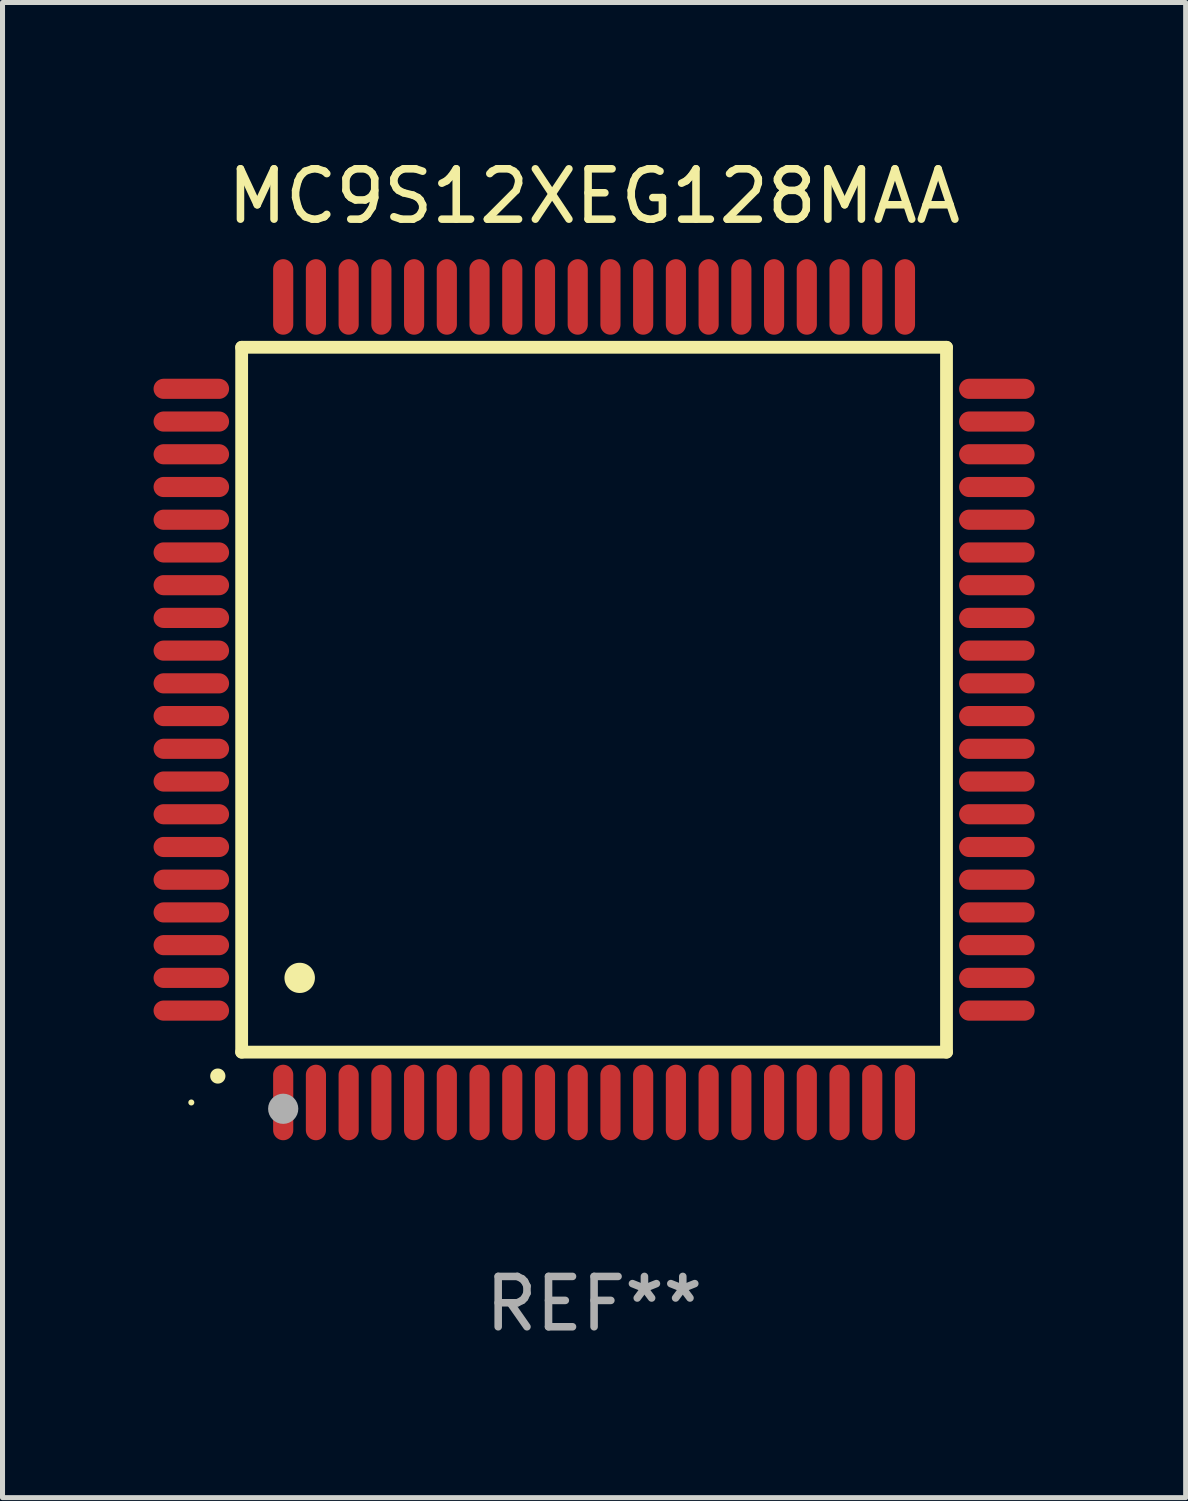
<source format=kicad_pcb>
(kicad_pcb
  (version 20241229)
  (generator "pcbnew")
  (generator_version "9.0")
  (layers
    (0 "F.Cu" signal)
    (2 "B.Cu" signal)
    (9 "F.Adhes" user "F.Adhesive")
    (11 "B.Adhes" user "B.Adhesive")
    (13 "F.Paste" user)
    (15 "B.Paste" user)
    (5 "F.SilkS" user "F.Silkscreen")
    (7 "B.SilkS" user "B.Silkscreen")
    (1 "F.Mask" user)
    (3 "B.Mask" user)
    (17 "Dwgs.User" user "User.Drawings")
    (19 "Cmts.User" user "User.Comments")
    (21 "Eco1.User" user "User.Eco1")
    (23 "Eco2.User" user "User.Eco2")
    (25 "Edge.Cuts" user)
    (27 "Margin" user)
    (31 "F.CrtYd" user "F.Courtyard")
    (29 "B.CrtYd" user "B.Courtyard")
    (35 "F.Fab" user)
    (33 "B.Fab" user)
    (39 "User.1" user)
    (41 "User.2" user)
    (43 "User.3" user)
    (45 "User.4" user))
  (footprint "MC9S12XEG128MAA"
    (layer "F.Cu")
    (at 8.75 10.848)
    (property "Reference" "MC9S12XEG128MAA" (at 0 -10 0) (layer "F.SilkS") (effects (font (size 1 1) (thickness 0.15))))
    (attr through_hole)
    (fp_line (start -7 -7) (end -7 7) (stroke (width 0.254) (type solid)) (layer "F.SilkS"))
    (fp_line (start -7 -7) (end 7 -7) (stroke (width 0.254) (type solid)) (layer "F.SilkS"))
    (fp_line (start -7 7) (end 7 7) (stroke (width 0.254) (type solid)) (layer "F.SilkS"))
    (fp_line (start 7 -7) (end 7 7) (stroke (width 0.254) (type solid)) (layer "F.SilkS"))
    (fp_arc (start -7.475006 7.475006) (mid -7.473736 7.475001) (end -7.472466 7.475006) (stroke (width 0.3) (type solid)) (layer "F.SilkS"))
    (fp_arc (start -5.850013 5.525019) (mid -5.847473 5.525008) (end -5.844933 5.525019) (stroke (width 0.6) (type solid)) (layer "F.SilkS"))
    (fp_circle (center -8 8) (end -7.97 8) (stroke (width 0.06) (type solid)) (fill no) (layer "F.SilkS"))
    (fp_circle (center -6.175 8.125) (end -6.025 8.125) (stroke (width 0.3) (type solid)) (fill no) (layer "F.Fab"))
    (fp_text user "REF**" (at 0 12 0) (layer "F.Fab") (effects (font (size 1 1) (thickness 0.15))))
    (pad "1" smd oval (at -6.175 8 180) (size 0.4 1.5) (layers "F.Cu" "F.Mask" "F.Paste"))
    (pad "2" smd oval (at -5.525 8 180) (size 0.4 1.5) (layers "F.Cu" "F.Mask" "F.Paste"))
    (pad "3" smd oval (at -4.875 8 180) (size 0.4 1.5) (layers "F.Cu" "F.Mask" "F.Paste"))
    (pad "4" smd oval (at -4.225 8 180) (size 0.4 1.5) (layers "F.Cu" "F.Mask" "F.Paste"))
    (pad "5" smd oval (at -3.575 8 180) (size 0.4 1.5) (layers "F.Cu" "F.Mask" "F.Paste"))
    (pad "6" smd oval (at -2.925 8 180) (size 0.4 1.5) (layers "F.Cu" "F.Mask" "F.Paste"))
    (pad "7" smd oval (at -2.275 8 180) (size 0.4 1.5) (layers "F.Cu" "F.Mask" "F.Paste"))
    (pad "8" smd oval (at -1.625 8 180) (size 0.4 1.5) (layers "F.Cu" "F.Mask" "F.Paste"))
    (pad "9" smd oval (at -0.975 8 180) (size 0.4 1.5) (layers "F.Cu" "F.Mask" "F.Paste"))
    (pad "10" smd oval (at -0.325 8 180) (size 0.4 1.5) (layers "F.Cu" "F.Mask" "F.Paste"))
    (pad "11" smd oval (at 0.325 8 180) (size 0.4 1.5) (layers "F.Cu" "F.Mask" "F.Paste"))
    (pad "12" smd oval (at 0.975 8 180) (size 0.4 1.5) (layers "F.Cu" "F.Mask" "F.Paste"))
    (pad "13" smd oval (at 1.625 8 180) (size 0.4 1.5) (layers "F.Cu" "F.Mask" "F.Paste"))
    (pad "14" smd oval (at 2.275 8 180) (size 0.4 1.5) (layers "F.Cu" "F.Mask" "F.Paste"))
    (pad "15" smd oval (at 2.925 8 180) (size 0.4 1.5) (layers "F.Cu" "F.Mask" "F.Paste"))
    (pad "16" smd oval (at 3.575 8 180) (size 0.4 1.5) (layers "F.Cu" "F.Mask" "F.Paste"))
    (pad "17" smd oval (at 4.225 8 180) (size 0.4 1.5) (layers "F.Cu" "F.Mask" "F.Paste"))
    (pad "18" smd oval (at 4.875 8 180) (size 0.4 1.5) (layers "F.Cu" "F.Mask" "F.Paste"))
    (pad "19" smd oval (at 5.525 8 180) (size 0.4 1.5) (layers "F.Cu" "F.Mask" "F.Paste"))
    (pad "20" smd oval (at 6.175 8) (size 0.4 1.5) (layers "F.Cu" "F.Mask" "F.Paste"))
    (pad "21" smd oval (at 8 6.175 270) (size 0.4 1.5) (layers "F.Cu" "F.Mask" "F.Paste"))
    (pad "22" smd oval (at 8 5.525 90) (size 0.4 1.5) (layers "F.Cu" "F.Mask" "F.Paste"))
    (pad "23" smd oval (at 8 4.875 90) (size 0.4 1.5) (layers "F.Cu" "F.Mask" "F.Paste"))
    (pad "24" smd oval (at 8 4.225 90) (size 0.4 1.5) (layers "F.Cu" "F.Mask" "F.Paste"))
    (pad "25" smd oval (at 8 3.575 90) (size 0.4 1.5) (layers "F.Cu" "F.Mask" "F.Paste"))
    (pad "26" smd oval (at 8 2.925 90) (size 0.4 1.5) (layers "F.Cu" "F.Mask" "F.Paste"))
    (pad "27" smd oval (at 8 2.275 90) (size 0.4 1.5) (layers "F.Cu" "F.Mask" "F.Paste"))
    (pad "28" smd oval (at 8 1.625 90) (size 0.4 1.5) (layers "F.Cu" "F.Mask" "F.Paste"))
    (pad "29" smd oval (at 8 0.975 90) (size 0.4 1.5) (layers "F.Cu" "F.Mask" "F.Paste"))
    (pad "30" smd oval (at 8 0.325 90) (size 0.4 1.5) (layers "F.Cu" "F.Mask" "F.Paste"))
    (pad "31" smd oval (at 8 -0.325 90) (size 0.4 1.5) (layers "F.Cu" "F.Mask" "F.Paste"))
    (pad "32" smd oval (at 8 -0.975 90) (size 0.4 1.5) (layers "F.Cu" "F.Mask" "F.Paste"))
    (pad "33" smd oval (at 8 -1.625 90) (size 0.4 1.5) (layers "F.Cu" "F.Mask" "F.Paste"))
    (pad "34" smd oval (at 8 -2.275 90) (size 0.4 1.5) (layers "F.Cu" "F.Mask" "F.Paste"))
    (pad "35" smd oval (at 8 -2.925 90) (size 0.4 1.5) (layers "F.Cu" "F.Mask" "F.Paste"))
    (pad "36" smd oval (at 8 -3.575 90) (size 0.4 1.5) (layers "F.Cu" "F.Mask" "F.Paste"))
    (pad "37" smd oval (at 8 -4.225 90) (size 0.4 1.5) (layers "F.Cu" "F.Mask" "F.Paste"))
    (pad "38" smd oval (at 8 -4.875 90) (size 0.4 1.5) (layers "F.Cu" "F.Mask" "F.Paste"))
    (pad "39" smd oval (at 8 -5.525 90) (size 0.4 1.5) (layers "F.Cu" "F.Mask" "F.Paste"))
    (pad "40" smd oval (at 8 -6.175 90) (size 0.4 1.5) (layers "F.Cu" "F.Mask" "F.Paste"))
    (pad "41" smd oval (at 6.175 -8) (size 0.4 1.5) (layers "F.Cu" "F.Mask" "F.Paste"))
    (pad "42" smd oval (at 5.525 -8 180) (size 0.4 1.5) (layers "F.Cu" "F.Mask" "F.Paste"))
    (pad "43" smd oval (at 4.875 -8 180) (size 0.4 1.5) (layers "F.Cu" "F.Mask" "F.Paste"))
    (pad "44" smd oval (at 4.225 -8 180) (size 0.4 1.5) (layers "F.Cu" "F.Mask" "F.Paste"))
    (pad "45" smd oval (at 3.575 -8 180) (size 0.4 1.5) (layers "F.Cu" "F.Mask" "F.Paste"))
    (pad "46" smd oval (at 2.925 -8 180) (size 0.4 1.5) (layers "F.Cu" "F.Mask" "F.Paste"))
    (pad "47" smd oval (at 2.275 -8 180) (size 0.4 1.5) (layers "F.Cu" "F.Mask" "F.Paste"))
    (pad "48" smd oval (at 1.625 -8 180) (size 0.4 1.5) (layers "F.Cu" "F.Mask" "F.Paste"))
    (pad "49" smd oval (at 0.975 -8 180) (size 0.4 1.5) (layers "F.Cu" "F.Mask" "F.Paste"))
    (pad "50" smd oval (at 0.325 -8 180) (size 0.4 1.5) (layers "F.Cu" "F.Mask" "F.Paste"))
    (pad "51" smd oval (at -0.325 -8 180) (size 0.4 1.5) (layers "F.Cu" "F.Mask" "F.Paste"))
    (pad "52" smd oval (at -0.975 -8 180) (size 0.4 1.5) (layers "F.Cu" "F.Mask" "F.Paste"))
    (pad "53" smd oval (at -1.625 -8 180) (size 0.4 1.5) (layers "F.Cu" "F.Mask" "F.Paste"))
    (pad "54" smd oval (at -2.275 -8 180) (size 0.4 1.5) (layers "F.Cu" "F.Mask" "F.Paste"))
    (pad "55" smd oval (at -2.925 -8 180) (size 0.4 1.5) (layers "F.Cu" "F.Mask" "F.Paste"))
    (pad "56" smd oval (at -3.575 -8 180) (size 0.4 1.5) (layers "F.Cu" "F.Mask" "F.Paste"))
    (pad "57" smd oval (at -4.225 -8 180) (size 0.4 1.5) (layers "F.Cu" "F.Mask" "F.Paste"))
    (pad "58" smd oval (at -4.875 -8 180) (size 0.4 1.5) (layers "F.Cu" "F.Mask" "F.Paste"))
    (pad "59" smd oval (at -5.525 -8 180) (size 0.4 1.5) (layers "F.Cu" "F.Mask" "F.Paste"))
    (pad "60" smd oval (at -6.175 -8 180) (size 0.4 1.5) (layers "F.Cu" "F.Mask" "F.Paste"))
    (pad "61" smd oval (at -8 -6.175 90) (size 0.4 1.5) (layers "F.Cu" "F.Mask" "F.Paste"))
    (pad "62" smd oval (at -8 -5.525 90) (size 0.4 1.5) (layers "F.Cu" "F.Mask" "F.Paste"))
    (pad "63" smd oval (at -8 -4.875 90) (size 0.4 1.5) (layers "F.Cu" "F.Mask" "F.Paste"))
    (pad "64" smd oval (at -8 -4.225 90) (size 0.4 1.5) (layers "F.Cu" "F.Mask" "F.Paste"))
    (pad "65" smd oval (at -8 -3.575 90) (size 0.4 1.5) (layers "F.Cu" "F.Mask" "F.Paste"))
    (pad "66" smd oval (at -8 -2.925 90) (size 0.4 1.5) (layers "F.Cu" "F.Mask" "F.Paste"))
    (pad "67" smd oval (at -8 -2.275 90) (size 0.4 1.5) (layers "F.Cu" "F.Mask" "F.Paste"))
    (pad "68" smd oval (at -8 -1.625 90) (size 0.4 1.5) (layers "F.Cu" "F.Mask" "F.Paste"))
    (pad "69" smd oval (at -8 -0.975 90) (size 0.4 1.5) (layers "F.Cu" "F.Mask" "F.Paste"))
    (pad "70" smd oval (at -8 -0.325 90) (size 0.4 1.5) (layers "F.Cu" "F.Mask" "F.Paste"))
    (pad "71" smd oval (at -8 0.325 90) (size 0.4 1.5) (layers "F.Cu" "F.Mask" "F.Paste"))
    (pad "72" smd oval (at -8 0.975 90) (size 0.4 1.5) (layers "F.Cu" "F.Mask" "F.Paste"))
    (pad "73" smd oval (at -8 1.625 90) (size 0.4 1.5) (layers "F.Cu" "F.Mask" "F.Paste"))
    (pad "74" smd oval (at -8 2.275 90) (size 0.4 1.5) (layers "F.Cu" "F.Mask" "F.Paste"))
    (pad "75" smd oval (at -8 2.925 90) (size 0.4 1.5) (layers "F.Cu" "F.Mask" "F.Paste"))
    (pad "76" smd oval (at -8 3.575 90) (size 0.4 1.5) (layers "F.Cu" "F.Mask" "F.Paste"))
    (pad "77" smd oval (at -8 4.225 90) (size 0.4 1.5) (layers "F.Cu" "F.Mask" "F.Paste"))
    (pad "78" smd oval (at -8 4.875 90) (size 0.4 1.5) (layers "F.Cu" "F.Mask" "F.Paste"))
    (pad "79" smd oval (at -8 5.525 90) (size 0.4 1.5) (layers "F.Cu" "F.Mask" "F.Paste"))
    (pad "80" smd oval (at -8 6.175 270) (size 0.4 1.5) (layers "F.Cu" "F.Mask" "F.Paste")))
  (gr_rect
    (start -3 -3)
    (end 20.5 26.697)
    (stroke (width 0.1) (type default))
    (fill no)
    (layer "Edge.Cuts")))
</source>
